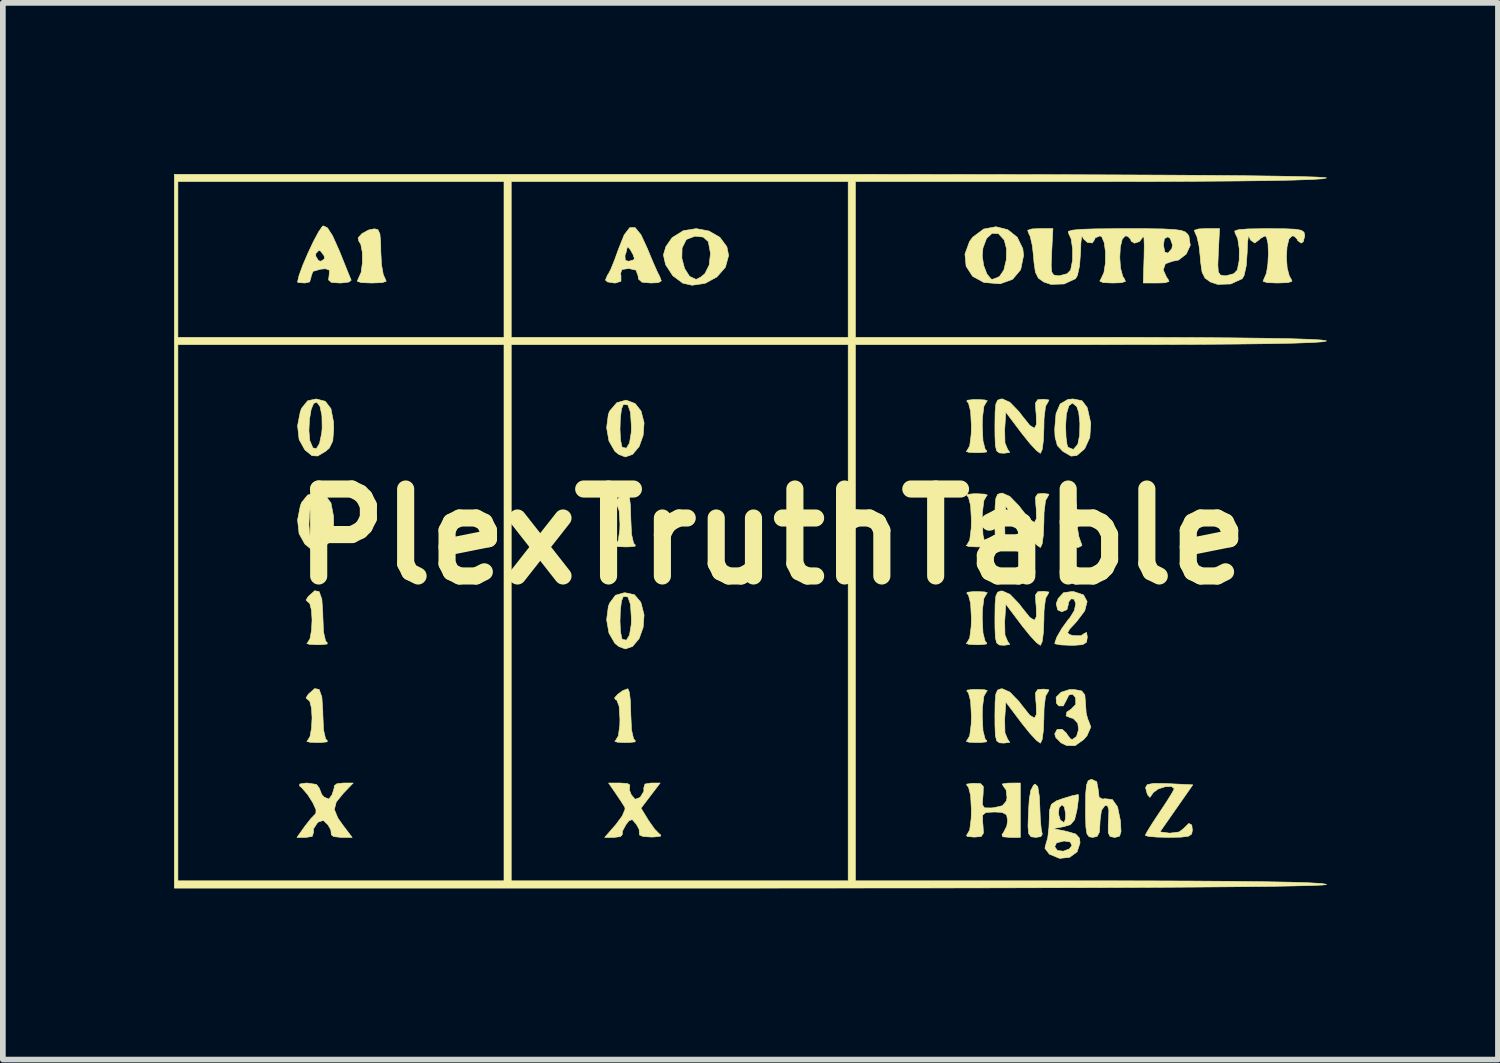
<source format=kicad_pcb>
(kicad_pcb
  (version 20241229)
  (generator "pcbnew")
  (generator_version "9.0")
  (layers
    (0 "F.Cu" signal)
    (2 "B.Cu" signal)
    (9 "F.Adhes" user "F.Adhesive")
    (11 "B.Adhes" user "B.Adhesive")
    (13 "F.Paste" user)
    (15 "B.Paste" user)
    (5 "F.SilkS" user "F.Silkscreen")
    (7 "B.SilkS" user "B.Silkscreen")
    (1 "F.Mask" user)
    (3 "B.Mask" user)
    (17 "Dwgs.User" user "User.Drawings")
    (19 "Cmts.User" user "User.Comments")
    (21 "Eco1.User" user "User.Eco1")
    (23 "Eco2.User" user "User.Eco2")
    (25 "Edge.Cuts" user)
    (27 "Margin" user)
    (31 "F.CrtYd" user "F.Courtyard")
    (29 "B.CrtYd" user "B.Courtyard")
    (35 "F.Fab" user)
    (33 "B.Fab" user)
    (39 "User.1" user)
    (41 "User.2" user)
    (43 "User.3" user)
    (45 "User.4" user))
  (footprint "PlexTruthTable"
    (layer "F.Cu")
    (at 10.482 6.355)
    (property "Reference" "PlexTruthTable" (at 0 0 0) (layer "F.SilkS") (effects (font (size 1.524 1.524) (thickness 0.3))))
    (attr through_hole)
    (fp_poly (pts (xy 5.312 -0.704) (xy 5.33 -0.556) (xy 5.334 -0.409) (xy 5.346 -0.188) (xy 5.375 -0.004) (xy 5.4 0.068) (xy 5.431 0.155) (xy 5.374 0.187) (xy 5.289 0.191) (xy 5.195 0.185) (xy 5.142 0.152) (xy 5.118 0.061) (xy 5.112 -0.115) (xy 5.112 -0.238) (xy 5.123 -0.51) (xy 5.161 -0.675) (xy 5.232 -0.75) (xy 5.286 -0.761) (xy 5.312 -0.704)) (stroke (width 0.01) (type solid)) (fill yes) (layer "F.SilkS"))
    (fp_poly (pts (xy 4.656 4.382) (xy 4.683 4.551) (xy 4.692 4.736) (xy 4.701 4.96) (xy 4.717 5.133) (xy 4.735 5.215) (xy 4.71 5.257) (xy 4.623 5.271) (xy 4.538 5.26) (xy 4.497 5.207) (xy 4.485 5.081) (xy 4.489 4.937) (xy 4.498 4.744) (xy 4.507 4.608) (xy 4.512 4.572) (xy 4.528 4.487) (xy 4.532 4.45) (xy 4.583 4.354) (xy 4.611 4.337) (xy 4.656 4.382)) (stroke (width 0.01) (type solid)) (fill yes) (layer "F.SilkS"))
    (fp_poly (pts (xy -7.938 0.964) (xy -7.891 1.098) (xy -7.874 1.352) (xy -7.874 1.392) (xy -7.862 1.672) (xy -7.826 1.829) (xy -7.795 1.863) (xy -7.799 1.882) (xy -7.904 1.894) (xy -7.969 1.895) (xy -8.107 1.888) (xy -8.156 1.871) (xy -8.144 1.863) (xy -8.099 1.789) (xy -8.072 1.641) (xy -8.063 1.46) (xy -8.073 1.289) (xy -8.103 1.171) (xy -8.136 1.143) (xy -8.169 1.112) (xy -8.128 1.048) (xy -8.016 0.948) (xy -7.938 0.964)) (stroke (width 0.01) (type solid)) (fill yes) (layer "F.SilkS"))
    (fp_poly (pts (xy -7.938 2.679) (xy -7.891 2.812) (xy -7.874 3.066) (xy -7.874 3.106) (xy -7.862 3.386) (xy -7.826 3.544) (xy -7.795 3.577) (xy -7.799 3.597) (xy -7.904 3.608) (xy -7.969 3.609) (xy -8.107 3.603) (xy -8.156 3.586) (xy -8.144 3.577) (xy -8.099 3.504) (xy -8.072 3.355) (xy -8.063 3.174) (xy -8.073 3.004) (xy -8.103 2.886) (xy -8.136 2.857) (xy -8.169 2.827) (xy -8.128 2.762) (xy -8.016 2.663) (xy -7.938 2.679)) (stroke (width 0.01) (type solid)) (fill yes) (layer "F.SilkS"))
    (fp_poly (pts (xy -6.908 -5.378) (xy -6.874 -5.306) (xy -6.86 -5.151) (xy -6.858 -4.997) (xy -6.846 -4.768) (xy -6.815 -4.593) (xy -6.782 -4.521) (xy -6.763 -4.475) (xy -6.835 -4.452) (xy -7.017 -4.445) (xy -7.017 -4.445) (xy -7.198 -4.452) (xy -7.271 -4.475) (xy -7.252 -4.521) (xy -7.252 -4.521) (xy -7.203 -4.63) (xy -7.18 -4.802) (xy -7.182 -4.985) (xy -7.21 -5.129) (xy -7.243 -5.178) (xy -7.256 -5.237) (xy -7.187 -5.312) (xy -7.073 -5.374) (xy -6.969 -5.395) (xy -6.908 -5.378)) (stroke (width 0.01) (type solid)) (fill yes) (layer "F.SilkS"))
    (fp_poly (pts (xy -2.502 -0.704) (xy -2.484 -0.551) (xy -2.477 -0.336) (xy -2.477 -0.323) (xy -2.464 -0.043) (xy -2.428 0.115) (xy -2.397 0.148) (xy -2.402 0.168) (xy -2.507 0.179) (xy -2.572 0.18) (xy -2.71 0.174) (xy -2.758 0.157) (xy -2.746 0.148) (xy -2.695 0.064) (xy -2.669 -0.127) (xy -2.667 -0.228) (xy -2.681 -0.456) (xy -2.722 -0.564) (xy -2.746 -0.574) (xy -2.761 -0.603) (xy -2.705 -0.666) (xy -2.617 -0.73) (xy -2.533 -0.762) (xy -2.528 -0.762) (xy -2.502 -0.704)) (stroke (width 0.01) (type solid)) (fill yes) (layer "F.SilkS"))
    (fp_poly (pts (xy -2.502 2.725) (xy -2.484 2.878) (xy -2.477 3.093) (xy -2.477 3.106) (xy -2.464 3.386) (xy -2.428 3.544) (xy -2.397 3.577) (xy -2.402 3.597) (xy -2.507 3.608) (xy -2.572 3.609) (xy -2.71 3.603) (xy -2.758 3.586) (xy -2.746 3.577) (xy -2.695 3.493) (xy -2.669 3.302) (xy -2.667 3.201) (xy -2.681 2.973) (xy -2.722 2.865) (xy -2.746 2.855) (xy -2.761 2.826) (xy -2.705 2.763) (xy -2.617 2.699) (xy -2.533 2.667) (xy -2.528 2.667) (xy -2.502 2.725)) (stroke (width 0.01) (type solid)) (fill yes) (layer "F.SilkS"))
    (fp_poly (pts (xy 3.726 -2.396) (xy 3.774 -2.379) (xy 3.762 -2.371) (xy 3.712 -2.285) (xy 3.686 -2.081) (xy 3.683 -1.937) (xy 3.696 -1.677) (xy 3.734 -1.531) (xy 3.762 -1.503) (xy 3.758 -1.483) (xy 3.653 -1.472) (xy 3.588 -1.471) (xy 3.45 -1.477) (xy 3.401 -1.494) (xy 3.413 -1.503) (xy 3.463 -1.589) (xy 3.489 -1.793) (xy 3.493 -1.937) (xy 3.479 -2.197) (xy 3.441 -2.343) (xy 3.413 -2.371) (xy 3.418 -2.39) (xy 3.523 -2.402) (xy 3.588 -2.403) (xy 3.726 -2.396)) (stroke (width 0.01) (type solid)) (fill yes) (layer "F.SilkS"))
    (fp_poly (pts (xy 3.726 -0.745) (xy 3.774 -0.728) (xy 3.762 -0.72) (xy 3.712 -0.634) (xy 3.686 -0.43) (xy 3.683 -0.286) (xy 3.696 -0.026) (xy 3.734 0.12) (xy 3.762 0.148) (xy 3.758 0.168) (xy 3.653 0.179) (xy 3.588 0.18) (xy 3.45 0.174) (xy 3.401 0.157) (xy 3.413 0.148) (xy 3.463 0.062) (xy 3.489 -0.142) (xy 3.493 -0.286) (xy 3.479 -0.546) (xy 3.441 -0.692) (xy 3.413 -0.72) (xy 3.418 -0.739) (xy 3.523 -0.751) (xy 3.588 -0.752) (xy 3.726 -0.745)) (stroke (width 0.01) (type solid)) (fill yes) (layer "F.SilkS"))
    (fp_poly (pts (xy 3.726 0.969) (xy 3.774 0.986) (xy 3.762 0.995) (xy 3.712 1.081) (xy 3.686 1.285) (xy 3.683 1.429) (xy 3.696 1.689) (xy 3.734 1.835) (xy 3.762 1.863) (xy 3.758 1.882) (xy 3.653 1.894) (xy 3.588 1.895) (xy 3.45 1.888) (xy 3.401 1.871) (xy 3.413 1.863) (xy 3.463 1.777) (xy 3.489 1.573) (xy 3.493 1.429) (xy 3.479 1.169) (xy 3.441 1.023) (xy 3.413 0.995) (xy 3.418 0.975) (xy 3.523 0.964) (xy 3.588 0.963) (xy 3.726 0.969)) (stroke (width 0.01) (type solid)) (fill yes) (layer "F.SilkS"))
    (fp_poly (pts (xy 3.726 2.684) (xy 3.774 2.701) (xy 3.762 2.709) (xy 3.712 2.795) (xy 3.686 2.999) (xy 3.683 3.143) (xy 3.696 3.403) (xy 3.734 3.549) (xy 3.762 3.577) (xy 3.758 3.597) (xy 3.653 3.608) (xy 3.588 3.609) (xy 3.45 3.603) (xy 3.401 3.586) (xy 3.413 3.577) (xy 3.463 3.491) (xy 3.489 3.287) (xy 3.493 3.143) (xy 3.479 2.883) (xy 3.441 2.737) (xy 3.413 2.709) (xy 3.418 2.69) (xy 3.523 2.678) (xy 3.588 2.677) (xy 3.726 2.684)) (stroke (width 0.01) (type solid)) (fill yes) (layer "F.SilkS"))
    (fp_poly (pts (xy -2.401 -2.333) (xy -2.297 -2.201) (xy -2.244 -1.995) (xy -2.26 -1.775) (xy -2.33 -1.579) (xy -2.445 -1.442) (xy -2.572 -1.397) (xy -2.684 -1.439) (xy -2.755 -1.494) (xy -2.859 -1.675) (xy -2.896 -1.884) (xy -2.666 -1.884) (xy -2.658 -1.705) (xy -2.635 -1.584) (xy -2.624 -1.565) (xy -2.553 -1.55) (xy -2.499 -1.643) (xy -2.469 -1.824) (xy -2.466 -1.927) (xy -2.482 -2.178) (xy -2.528 -2.308) (xy -2.604 -2.317) (xy -2.608 -2.315) (xy -2.64 -2.236) (xy -2.66 -2.077) (xy -2.666 -1.884) (xy -2.896 -1.884) (xy -2.9 -1.911) (xy -2.87 -2.143) (xy -2.847 -2.201) (xy -2.721 -2.348) (xy -2.559 -2.392) (xy -2.401 -2.333)) (stroke (width 0.01) (type solid)) (fill yes) (layer "F.SilkS"))
    (fp_poly (pts (xy -7.831 -2.372) (xy -7.732 -2.242) (xy -7.687 -2.009) (xy -7.684 -1.881) (xy -7.7 -1.677) (xy -7.76 -1.552) (xy -7.825 -1.496) (xy -7.964 -1.413) (xy -8.065 -1.419) (xy -8.183 -1.516) (xy -8.191 -1.524) (xy -8.29 -1.703) (xy -8.307 -1.86) (xy -8.118 -1.86) (xy -8.105 -1.695) (xy -8.102 -1.682) (xy -8.048 -1.555) (xy -7.987 -1.543) (xy -7.932 -1.633) (xy -7.894 -1.813) (xy -7.886 -1.903) (xy -7.89 -2.121) (xy -7.923 -2.279) (xy -7.978 -2.355) (xy -8.034 -2.337) (xy -8.078 -2.234) (xy -8.108 -2.058) (xy -8.118 -1.86) (xy -8.307 -1.86) (xy -8.317 -1.942) (xy -8.268 -2.193) (xy -8.245 -2.251) (xy -8.139 -2.381) (xy -7.993 -2.413) (xy -7.831 -2.372)) (stroke (width 0.01) (type solid)) (fill yes) (layer "F.SilkS"))
    (fp_poly (pts (xy -7.831 -0.721) (xy -7.732 -0.591) (xy -7.687 -0.358) (xy -7.684 -0.23) (xy -7.7 -0.026) (xy -7.76 0.099) (xy -7.825 0.155) (xy -7.964 0.238) (xy -8.065 0.232) (xy -8.183 0.135) (xy -8.191 0.127) (xy -8.29 -0.052) (xy -8.307 -0.209) (xy -8.118 -0.209) (xy -8.105 -0.044) (xy -8.102 -0.031) (xy -8.048 0.096) (xy -7.987 0.108) (xy -7.932 0.018) (xy -7.894 -0.162) (xy -7.886 -0.252) (xy -7.89 -0.47) (xy -7.923 -0.628) (xy -7.978 -0.704) (xy -8.034 -0.686) (xy -8.078 -0.583) (xy -8.108 -0.407) (xy -8.118 -0.209) (xy -8.307 -0.209) (xy -8.317 -0.291) (xy -8.268 -0.542) (xy -8.245 -0.6) (xy -8.139 -0.73) (xy -7.993 -0.762) (xy -7.831 -0.721)) (stroke (width 0.01) (type solid)) (fill yes) (layer "F.SilkS"))
    (fp_poly (pts (xy -2.413 1.018) (xy -2.309 1.14) (xy -2.297 1.164) (xy -2.244 1.371) (xy -2.26 1.59) (xy -2.33 1.786) (xy -2.445 1.924) (xy -2.572 1.968) (xy -2.684 1.927) (xy -2.755 1.871) (xy -2.859 1.691) (xy -2.896 1.481) (xy -2.666 1.481) (xy -2.658 1.661) (xy -2.635 1.781) (xy -2.624 1.8) (xy -2.553 1.815) (xy -2.499 1.723) (xy -2.469 1.541) (xy -2.466 1.439) (xy -2.482 1.188) (xy -2.528 1.057) (xy -2.604 1.048) (xy -2.608 1.05) (xy -2.64 1.129) (xy -2.66 1.289) (xy -2.666 1.481) (xy -2.896 1.481) (xy -2.9 1.455) (xy -2.87 1.223) (xy -2.847 1.164) (xy -2.746 1.028) (xy -2.597 0.985) (xy -2.572 0.984) (xy -2.413 1.018)) (stroke (width 0.01) (type solid)) (fill yes) (layer "F.SilkS"))
    (fp_poly (pts (xy -1.107 -5.356) (xy -0.917 -5.247) (xy -0.793 -5.081) (xy -0.762 -4.928) (xy -0.819 -4.721) (xy -0.968 -4.551) (xy -1.175 -4.439) (xy -1.404 -4.406) (xy -1.565 -4.442) (xy -1.741 -4.573) (xy -1.867 -4.767) (xy -1.892 -4.879) (xy -1.582 -4.879) (xy -1.534 -4.699) (xy -1.447 -4.562) (xy -1.333 -4.508) (xy -1.25 -4.549) (xy -1.179 -4.608) (xy -1.103 -4.758) (xy -1.08 -4.966) (xy -1.118 -5.17) (xy -1.207 -5.25) (xy -1.349 -5.266) (xy -1.487 -5.215) (xy -1.511 -5.194) (xy -1.578 -5.058) (xy -1.582 -4.879) (xy -1.892 -4.879) (xy -1.905 -4.938) (xy -1.861 -5.084) (xy -1.756 -5.235) (xy -1.749 -5.242) (xy -1.555 -5.363) (xy -1.33 -5.398) (xy -1.107 -5.356)) (stroke (width 0.01) (type solid)) (fill yes) (layer "F.SilkS"))
    (fp_poly (pts (xy 4.129 -5.38) (xy 4.296 -5.247) (xy 4.394 -5.046) (xy 4.407 -4.926) (xy 4.356 -4.678) (xy 4.215 -4.51) (xy 3.997 -4.431) (xy 3.719 -4.454) (xy 3.709 -4.456) (xy 3.513 -4.563) (xy 3.4 -4.739) (xy 3.383 -4.921) (xy 3.683 -4.921) (xy 3.707 -4.755) (xy 3.764 -4.604) (xy 3.835 -4.517) (xy 3.86 -4.509) (xy 3.949 -4.541) (xy 3.987 -4.562) (xy 4.061 -4.671) (xy 4.104 -4.85) (xy 4.108 -5.045) (xy 4.069 -5.198) (xy 3.966 -5.311) (xy 3.855 -5.316) (xy 3.758 -5.226) (xy 3.695 -5.059) (xy 3.683 -4.921) (xy 3.383 -4.921) (xy 3.38 -4.952) (xy 3.46 -5.172) (xy 3.516 -5.248) (xy 3.708 -5.391) (xy 3.923 -5.431) (xy 4.129 -5.38)) (stroke (width 0.01) (type solid)) (fill yes) (layer "F.SilkS"))
    (fp_poly (pts (xy 5.431 -2.382) (xy 5.518 -2.269) (xy 5.526 -2.25) (xy 5.585 -1.987) (xy 5.568 -1.737) (xy 5.481 -1.546) (xy 5.461 -1.524) (xy 5.34 -1.422) (xy 5.24 -1.411) (xy 5.104 -1.489) (xy 5.094 -1.496) (xy 4.999 -1.596) (xy 4.959 -1.747) (xy 4.953 -1.881) (xy 4.958 -1.944) (xy 5.144 -1.944) (xy 5.151 -1.747) (xy 5.17 -1.607) (xy 5.186 -1.566) (xy 5.28 -1.528) (xy 5.355 -1.614) (xy 5.359 -1.624) (xy 5.39 -1.783) (xy 5.394 -1.988) (xy 5.374 -2.177) (xy 5.34 -2.278) (xy 5.264 -2.342) (xy 5.201 -2.293) (xy 5.157 -2.147) (xy 5.144 -1.944) (xy 4.958 -1.944) (xy 4.976 -2.156) (xy 5.049 -2.326) (xy 5.183 -2.404) (xy 5.274 -2.413) (xy 5.431 -2.382)) (stroke (width 0.01) (type solid)) (fill yes) (layer "F.SilkS"))
    (fp_poly (pts (xy 6.889 4.327) (xy 6.981 4.331) (xy 7.373 4.35) (xy 6.797 5.175) (xy 6.967 5.197) (xy 7.134 5.176) (xy 7.211 5.117) (xy 7.303 5.026) (xy 7.355 5.054) (xy 7.366 5.144) (xy 7.353 5.212) (xy 7.296 5.251) (xy 7.166 5.267) (xy 6.953 5.271) (xy 6.743 5.266) (xy 6.594 5.253) (xy 6.54 5.235) (xy 6.574 5.169) (xy 6.661 5.028) (xy 6.784 4.842) (xy 6.795 4.826) (xy 6.92 4.637) (xy 7.01 4.492) (xy 7.048 4.419) (xy 7.048 4.417) (xy 7 4.378) (xy 6.888 4.383) (xy 6.764 4.423) (xy 6.679 4.487) (xy 6.675 4.493) (xy 6.622 4.57) (xy 6.586 4.532) (xy 6.569 4.49) (xy 6.545 4.398) (xy 6.576 4.346) (xy 6.684 4.325) (xy 6.889 4.327)) (stroke (width 0.01) (type solid)) (fill yes) (layer "F.SilkS"))
    (fp_poly (pts (xy 5.291 0.965) (xy 5.458 1.021) (xy 5.521 1.138) (xy 5.479 1.3) (xy 5.335 1.491) (xy 5.216 1.618) (xy 5.178 1.684) (xy 5.216 1.717) (xy 5.28 1.735) (xy 5.415 1.736) (xy 5.474 1.696) (xy 5.512 1.679) (xy 5.524 1.762) (xy 5.51 1.851) (xy 5.444 1.893) (xy 5.293 1.905) (xy 5.239 1.905) (xy 5.068 1.898) (xy 4.966 1.88) (xy 4.953 1.869) (xy 4.989 1.763) (xy 5.078 1.609) (xy 5.19 1.454) (xy 5.221 1.419) (xy 5.297 1.295) (xy 5.322 1.174) (xy 5.292 1.096) (xy 5.239 1.09) (xy 5.191 1.155) (xy 5.193 1.184) (xy 5.167 1.28) (xy 5.078 1.317) (xy 5.005 1.284) (xy 4.979 1.174) (xy 5.015 1.083) (xy 5.107 0.983) (xy 5.258 0.962) (xy 5.291 0.965)) (stroke (width 0.01) (type solid)) (fill yes) (layer "F.SilkS"))
    (fp_poly (pts (xy 5.689 4.295) (xy 5.715 4.432) (xy 5.715 4.439) (xy 5.731 4.568) (xy 5.793 4.6) (xy 5.831 4.593) (xy 5.964 4.608) (xy 6.054 4.736) (xy 6.105 4.982) (xy 6.106 5.001) (xy 6.115 5.171) (xy 6.089 5.25) (xy 6.016 5.27) (xy 6.002 5.271) (xy 5.924 5.256) (xy 5.891 5.19) (xy 5.891 5.041) (xy 5.896 4.977) (xy 5.902 4.796) (xy 5.879 4.717) (xy 5.833 4.713) (xy 5.772 4.797) (xy 5.747 4.983) (xy 5.747 5.007) (xy 5.737 5.177) (xy 5.697 5.254) (xy 5.62 5.271) (xy 5.556 5.26) (xy 5.519 5.211) (xy 5.5 5.098) (xy 5.493 4.896) (xy 5.493 4.763) (xy 5.496 4.507) (xy 5.51 4.354) (xy 5.539 4.278) (xy 5.59 4.255) (xy 5.604 4.255) (xy 5.689 4.295)) (stroke (width 0.01) (type solid)) (fill yes) (layer "F.SilkS"))
    (fp_poly (pts (xy 5.427 2.705) (xy 5.481 2.774) (xy 5.493 2.927) (xy 5.493 2.931) (xy 5.505 3.097) (xy 5.534 3.204) (xy 5.54 3.212) (xy 5.586 3.336) (xy 5.518 3.491) (xy 5.461 3.556) (xy 5.31 3.664) (xy 5.161 3.661) (xy 5.064 3.614) (xy 4.972 3.52) (xy 4.953 3.458) (xy 4.995 3.379) (xy 5.082 3.376) (xy 5.16 3.446) (xy 5.166 3.461) (xy 5.23 3.545) (xy 5.262 3.556) (xy 5.335 3.503) (xy 5.371 3.383) (xy 5.357 3.27) (xy 5.277 3.186) (xy 5.232 3.175) (xy 5.152 3.142) (xy 5.166 3.073) (xy 5.239 3.025) (xy 5.322 2.94) (xy 5.32 2.823) (xy 5.266 2.76) (xy 5.2 2.777) (xy 5.164 2.851) (xy 5.103 2.967) (xy 5.025 2.967) (xy 4.983 2.918) (xy 4.977 2.815) (xy 5.065 2.727) (xy 5.213 2.68) (xy 5.297 2.68) (xy 5.427 2.705)) (stroke (width 0.01) (type solid)) (fill yes) (layer "F.SilkS"))
    (fp_poly (pts (xy -7.793 -5.412) (xy -7.704 -5.274) (xy -7.591 -5.022) (xy -7.583 -5.004) (xy -7.493 -4.779) (xy -7.421 -4.601) (xy -7.38 -4.502) (xy -7.377 -4.494) (xy -7.417 -4.462) (xy -7.545 -4.446) (xy -7.577 -4.445) (xy -7.723 -4.455) (xy -7.774 -4.499) (xy -7.764 -4.577) (xy -7.757 -4.669) (xy -7.825 -4.695) (xy -7.913 -4.688) (xy -8.047 -4.649) (xy -8.079 -4.565) (xy -8.078 -4.556) (xy -8.105 -4.464) (xy -8.189 -4.445) (xy -8.293 -4.452) (xy -8.318 -4.461) (xy -8.291 -4.577) (xy -8.225 -4.758) (xy -8.155 -4.921) (xy -8.001 -4.921) (xy -7.951 -4.837) (xy -7.908 -4.826) (xy -7.844 -4.868) (xy -7.851 -4.921) (xy -7.913 -5.005) (xy -7.944 -5.016) (xy -7.995 -4.965) (xy -8.001 -4.921) (xy -8.155 -4.921) (xy -8.135 -4.968) (xy -8.038 -5.174) (xy -7.948 -5.342) (xy -7.882 -5.437) (xy -7.867 -5.447) (xy -7.793 -5.412)) (stroke (width 0.01) (type solid)) (fill yes) (layer "F.SilkS"))
    (fp_poly (pts (xy 4.167 -2.355) (xy 4.327 -2.19) (xy 4.383 -2.116) (xy 4.516 -1.95) (xy 4.598 -1.9) (xy 4.633 -1.967) (xy 4.628 -2.152) (xy 4.623 -2.194) (xy 4.615 -2.341) (xy 4.655 -2.4) (xy 4.759 -2.408) (xy 4.851 -2.395) (xy 4.842 -2.371) (xy 4.792 -2.284) (xy 4.766 -2.073) (xy 4.763 -1.9) (xy 4.754 -1.682) (xy 4.733 -1.525) (xy 4.703 -1.461) (xy 4.701 -1.46) (xy 4.635 -1.508) (xy 4.519 -1.632) (xy 4.378 -1.808) (xy 4.368 -1.821) (xy 4.096 -2.182) (xy 4.076 -1.875) (xy 4.081 -1.641) (xy 4.132 -1.521) (xy 4.139 -1.515) (xy 4.165 -1.475) (xy 4.068 -1.462) (xy 4.064 -1.461) (xy 3.983 -1.467) (xy 3.936 -1.502) (xy 3.913 -1.594) (xy 3.906 -1.769) (xy 3.905 -1.937) (xy 3.908 -2.18) (xy 3.921 -2.322) (xy 3.952 -2.391) (xy 4.009 -2.412) (xy 4.037 -2.413) (xy 4.167 -2.355)) (stroke (width 0.01) (type solid)) (fill yes) (layer "F.SilkS"))
    (fp_poly (pts (xy 4.167 -0.704) (xy 4.327 -0.539) (xy 4.383 -0.465) (xy 4.516 -0.299) (xy 4.598 -0.249) (xy 4.633 -0.316) (xy 4.628 -0.501) (xy 4.623 -0.543) (xy 4.615 -0.69) (xy 4.655 -0.749) (xy 4.759 -0.757) (xy 4.851 -0.744) (xy 4.842 -0.72) (xy 4.792 -0.633) (xy 4.766 -0.422) (xy 4.763 -0.249) (xy 4.754 -0.031) (xy 4.733 0.126) (xy 4.703 0.19) (xy 4.701 0.191) (xy 4.635 0.143) (xy 4.519 0.019) (xy 4.378 -0.157) (xy 4.368 -0.17) (xy 4.096 -0.531) (xy 4.076 -0.224) (xy 4.081 0.01) (xy 4.132 0.13) (xy 4.139 0.136) (xy 4.165 0.176) (xy 4.068 0.189) (xy 4.064 0.19) (xy 3.983 0.184) (xy 3.936 0.149) (xy 3.913 0.057) (xy 3.906 -0.118) (xy 3.905 -0.286) (xy 3.908 -0.529) (xy 3.921 -0.671) (xy 3.952 -0.74) (xy 4.009 -0.761) (xy 4.037 -0.762) (xy 4.167 -0.704)) (stroke (width 0.01) (type solid)) (fill yes) (layer "F.SilkS"))
    (fp_poly (pts (xy 4.167 1.01) (xy 4.327 1.176) (xy 4.383 1.25) (xy 4.516 1.415) (xy 4.598 1.466) (xy 4.633 1.399) (xy 4.628 1.213) (xy 4.623 1.171) (xy 4.615 1.024) (xy 4.655 0.966) (xy 4.759 0.958) (xy 4.851 0.971) (xy 4.842 0.995) (xy 4.792 1.082) (xy 4.766 1.293) (xy 4.763 1.466) (xy 4.754 1.683) (xy 4.733 1.841) (xy 4.703 1.905) (xy 4.701 1.905) (xy 4.635 1.858) (xy 4.519 1.733) (xy 4.378 1.558) (xy 4.368 1.544) (xy 4.096 1.183) (xy 4.076 1.49) (xy 4.081 1.724) (xy 4.132 1.844) (xy 4.139 1.85) (xy 4.165 1.89) (xy 4.068 1.904) (xy 4.064 1.904) (xy 3.983 1.899) (xy 3.936 1.863) (xy 3.913 1.772) (xy 3.906 1.597) (xy 3.905 1.429) (xy 3.908 1.186) (xy 3.921 1.043) (xy 3.952 0.974) (xy 4.009 0.953) (xy 4.037 0.953) (xy 4.167 1.01)) (stroke (width 0.01) (type solid)) (fill yes) (layer "F.SilkS"))
    (fp_poly (pts (xy 4.167 2.725) (xy 4.327 2.89) (xy 4.383 2.964) (xy 4.516 3.13) (xy 4.598 3.18) (xy 4.633 3.113) (xy 4.628 2.928) (xy 4.623 2.886) (xy 4.615 2.739) (xy 4.655 2.68) (xy 4.759 2.672) (xy 4.851 2.685) (xy 4.842 2.709) (xy 4.792 2.796) (xy 4.766 3.007) (xy 4.763 3.18) (xy 4.754 3.398) (xy 4.733 3.555) (xy 4.703 3.619) (xy 4.701 3.619) (xy 4.635 3.572) (xy 4.519 3.448) (xy 4.378 3.272) (xy 4.368 3.259) (xy 4.096 2.898) (xy 4.076 3.205) (xy 4.081 3.439) (xy 4.132 3.559) (xy 4.139 3.565) (xy 4.165 3.605) (xy 4.068 3.618) (xy 4.064 3.619) (xy 3.983 3.613) (xy 3.936 3.578) (xy 3.913 3.486) (xy 3.906 3.311) (xy 3.905 3.143) (xy 3.908 2.9) (xy 3.921 2.758) (xy 3.952 2.689) (xy 4.009 2.668) (xy 4.037 2.667) (xy 4.167 2.725)) (stroke (width 0.01) (type solid)) (fill yes) (layer "F.SilkS"))
    (fp_poly (pts (xy -7.513 4.496) (xy -7.639 4.651) (xy -7.672 4.783) (xy -7.611 4.932) (xy -7.522 5.058) (xy -7.36 5.271) (xy -7.557 5.271) (xy -7.684 5.257) (xy -7.726 5.225) (xy -7.725 5.222) (xy -7.734 5.14) (xy -7.782 5.054) (xy -7.864 4.974) (xy -7.947 4.999) (xy -7.97 5.017) (xy -8.038 5.122) (xy -8.038 5.185) (xy -8.059 5.253) (xy -8.166 5.271) (xy -8.327 5.271) (xy -8.193 5.082) (xy -8.087 4.946) (xy -8.005 4.861) (xy -7.997 4.855) (xy -7.993 4.788) (xy -8.049 4.664) (xy -8.139 4.522) (xy -8.242 4.402) (xy -8.284 4.367) (xy -8.276 4.335) (xy -8.17 4.319) (xy -8.144 4.319) (xy -7.986 4.343) (xy -7.938 4.405) (xy -7.893 4.519) (xy -7.85 4.566) (xy -7.768 4.599) (xy -7.713 4.526) (xy -7.676 4.409) (xy -7.673 4.366) (xy -7.627 4.331) (xy -7.513 4.318) (xy -7.342 4.318) (xy -7.513 4.496)) (stroke (width 0.01) (type solid)) (fill yes) (layer "F.SilkS"))
    (fp_poly (pts (xy -2.533 4.328) (xy -2.492 4.354) (xy -2.495 4.358) (xy -2.501 4.439) (xy -2.47 4.521) (xy -2.402 4.603) (xy -2.322 4.575) (xy -2.31 4.566) (xy -2.247 4.462) (xy -2.249 4.403) (xy -2.228 4.336) (xy -2.122 4.318) (xy -1.962 4.318) (xy -2.298 4.759) (xy -2.163 4.979) (xy -2.059 5.126) (xy -1.968 5.219) (xy -1.95 5.229) (xy -1.955 5.25) (xy -2.06 5.263) (xy -2.115 5.265) (xy -2.26 5.256) (xy -2.325 5.228) (xy -2.324 5.216) (xy -2.331 5.129) (xy -2.379 5.042) (xy -2.451 4.959) (xy -2.507 4.977) (xy -2.562 5.048) (xy -2.623 5.161) (xy -2.626 5.222) (xy -2.657 5.257) (xy -2.765 5.271) (xy -2.934 5.271) (xy -2.736 5.044) (xy -2.626 4.895) (xy -2.577 4.777) (xy -2.581 4.743) (xy -2.646 4.64) (xy -2.743 4.496) (xy -2.745 4.493) (xy -2.866 4.318) (xy -2.661 4.318) (xy -2.533 4.328)) (stroke (width 0.01) (type solid)) (fill yes) (layer "F.SilkS"))
    (fp_poly (pts (xy -2.298 -5.29) (xy -2.186 -5.048) (xy -2.096 -4.831) (xy -2.016 -4.649) (xy -1.969 -4.556) (xy -1.942 -4.482) (xy -1.994 -4.451) (xy -2.127 -4.445) (xy -2.28 -4.459) (xy -2.342 -4.514) (xy -2.349 -4.572) (xy -2.385 -4.67) (xy -2.509 -4.699) (xy -2.516 -4.699) (xy -2.634 -4.681) (xy -2.656 -4.609) (xy -2.649 -4.572) (xy -2.649 -4.476) (xy -2.74 -4.446) (xy -2.768 -4.445) (xy -2.885 -4.464) (xy -2.921 -4.498) (xy -2.882 -4.589) (xy -2.873 -4.598) (xy -2.83 -4.678) (xy -2.763 -4.843) (xy -2.733 -4.926) (xy -2.579 -4.926) (xy -2.573 -4.842) (xy -2.515 -4.826) (xy -2.427 -4.85) (xy -2.414 -4.874) (xy -2.438 -4.946) (xy -2.486 -5.031) (xy -2.529 -5.079) (xy -2.539 -5.069) (xy -2.56 -4.979) (xy -2.579 -4.926) (xy -2.733 -4.926) (xy -2.693 -5.037) (xy -2.592 -5.289) (xy -2.496 -5.415) (xy -2.401 -5.416) (xy -2.298 -5.29)) (stroke (width 0.01) (type solid)) (fill yes) (layer "F.SilkS"))
    (fp_poly (pts (xy 4.35 5.271) (xy 4.162 5.271) (xy 4.041 5.26) (xy 4.029 5.221) (xy 4.051 5.194) (xy 4.113 5.073) (xy 4.128 4.972) (xy 4.109 4.874) (xy 4.03 4.833) (xy 3.898 4.826) (xy 3.747 4.834) (xy 3.689 4.881) (xy 3.69 5.005) (xy 3.695 5.048) (xy 3.704 5.196) (xy 3.664 5.256) (xy 3.546 5.266) (xy 3.527 5.265) (xy 3.418 5.254) (xy 3.407 5.231) (xy 3.413 5.228) (xy 3.463 5.142) (xy 3.489 4.938) (xy 3.493 4.794) (xy 3.479 4.534) (xy 3.441 4.388) (xy 3.413 4.36) (xy 3.411 4.337) (xy 3.51 4.324) (xy 3.527 4.323) (xy 3.655 4.329) (xy 3.702 4.381) (xy 3.698 4.515) (xy 3.695 4.545) (xy 3.684 4.695) (xy 3.721 4.753) (xy 3.838 4.755) (xy 3.882 4.751) (xy 4.037 4.716) (xy 4.105 4.633) (xy 4.117 4.579) (xy 4.102 4.441) (xy 4.054 4.374) (xy 4.034 4.335) (xy 4.136 4.319) (xy 4.159 4.319) (xy 4.35 4.318) (xy 4.35 5.271)) (stroke (width 0.01) (type solid)) (fill yes) (layer "F.SilkS"))
    (fp_poly (pts (xy 5.368 4.523) (xy 5.369 4.59) (xy 5.351 4.737) (xy 5.342 4.794) (xy 5.301 4.963) (xy 5.229 5.047) (xy 5.111 5.083) (xy 4.921 5.118) (xy 5.159 5.165) (xy 5.32 5.212) (xy 5.387 5.284) (xy 5.397 5.366) (xy 5.345 5.525) (xy 5.213 5.621) (xy 5.039 5.639) (xy 4.861 5.566) (xy 4.86 5.566) (xy 4.781 5.462) (xy 4.788 5.434) (xy 4.953 5.434) (xy 5 5.501) (xy 5.104 5.513) (xy 5.209 5.473) (xy 5.255 5.413) (xy 5.224 5.351) (xy 5.117 5.334) (xy 4.984 5.367) (xy 4.953 5.434) (xy 4.788 5.434) (xy 4.798 5.391) (xy 4.831 5.278) (xy 4.852 5.092) (xy 4.856 4.985) (xy 4.86 4.858) (xy 5.018 4.858) (xy 5.048 4.96) (xy 5.059 4.974) (xy 5.117 5.012) (xy 5.14 4.953) (xy 5.144 4.858) (xy 5.122 4.738) (xy 5.08 4.699) (xy 5.03 4.75) (xy 5.018 4.858) (xy 4.86 4.858) (xy 4.862 4.795) (xy 4.895 4.691) (xy 4.982 4.631) (xy 5.105 4.587) (xy 5.262 4.54) (xy 5.358 4.521) (xy 5.368 4.523)) (stroke (width 0.01) (type solid)) (fill yes) (layer "F.SilkS"))
    (fp_poly (pts (xy 7.821 -4.985) (xy 7.812 -4.763) (xy 7.82 -4.64) (xy 7.855 -4.586) (xy 7.926 -4.572) (xy 7.957 -4.572) (xy 8.092 -4.608) (xy 8.153 -4.672) (xy 8.186 -4.839) (xy 8.188 -5.04) (xy 8.161 -5.221) (xy 8.115 -5.321) (xy 8.107 -5.357) (xy 8.177 -5.38) (xy 8.34 -5.393) (xy 8.611 -5.397) (xy 8.687 -5.397) (xy 8.979 -5.396) (xy 9.167 -5.388) (xy 9.274 -5.369) (xy 9.322 -5.335) (xy 9.334 -5.281) (xy 9.335 -5.271) (xy 9.308 -5.167) (xy 9.271 -5.144) (xy 9.209 -5.192) (xy 9.207 -5.207) (xy 9.156 -5.263) (xy 9.112 -5.271) (xy 9.058 -5.215) (xy 9.024 -5.075) (xy 9.014 -4.893) (xy 9.027 -4.709) (xy 9.065 -4.565) (xy 9.093 -4.521) (xy 9.112 -4.475) (xy 9.04 -4.452) (xy 8.858 -4.445) (xy 8.858 -4.445) (xy 8.677 -4.452) (xy 8.604 -4.475) (xy 8.623 -4.521) (xy 8.623 -4.521) (xy 8.664 -4.616) (xy 8.689 -4.778) (xy 8.698 -4.965) (xy 8.691 -5.136) (xy 8.665 -5.248) (xy 8.64 -5.271) (xy 8.554 -5.224) (xy 8.541 -5.207) (xy 8.458 -5.146) (xy 8.383 -5.2) (xy 8.362 -5.255) (xy 8.346 -5.257) (xy 8.333 -5.154) (xy 8.326 -4.977) (xy 8.309 -4.745) (xy 8.272 -4.578) (xy 8.239 -4.521) (xy 8.038 -4.428) (xy 7.808 -4.421) (xy 7.684 -4.462) (xy 7.588 -4.53) (xy 7.536 -4.633) (xy 7.51 -4.813) (xy 7.505 -4.889) (xy 7.482 -5.098) (xy 7.445 -5.26) (xy 7.418 -5.316) (xy 7.4 -5.369) (xy 7.476 -5.393) (xy 7.596 -5.398) (xy 7.842 -5.398) (xy 7.821 -4.985)) (stroke (width 0.01) (type solid)) (fill yes) (layer "F.SilkS"))
    (fp_poly (pts (xy 1.139 -6.35) (xy 2.537 -6.348) (xy 3.811 -6.346) (xy 4.963 -6.344) (xy 5.99 -6.34) (xy 6.893 -6.336) (xy 7.672 -6.331) (xy 8.326 -6.325) (xy 8.855 -6.318) (xy 9.258 -6.31) (xy 9.535 -6.302) (xy 9.685 -6.293) (xy 9.716 -6.287) (xy 9.652 -6.272) (xy 9.463 -6.26) (xy 9.15 -6.249) (xy 8.714 -6.24) (xy 8.157 -6.233) (xy 7.48 -6.228) (xy 6.684 -6.224) (xy 5.77 -6.223) (xy 5.588 -6.223) (xy 1.46 -6.223) (xy 1.46 -3.493) (xy 5.588 -3.493) (xy 6.523 -3.492) (xy 7.341 -3.489) (xy 8.04 -3.484) (xy 8.62 -3.477) (xy 9.079 -3.469) (xy 9.415 -3.458) (xy 9.627 -3.446) (xy 9.713 -3.432) (xy 9.716 -3.429) (xy 9.652 -3.415) (xy 9.463 -3.402) (xy 9.15 -3.391) (xy 8.714 -3.382) (xy 8.157 -3.375) (xy 7.48 -3.37) (xy 6.684 -3.367) (xy 5.77 -3.366) (xy 5.588 -3.365) (xy 1.46 -3.365) (xy 1.46 6.032) (xy 5.588 6.032) (xy 6.523 6.033) (xy 7.341 6.036) (xy 8.04 6.041) (xy 8.62 6.048) (xy 9.079 6.056) (xy 9.415 6.067) (xy 9.627 6.079) (xy 9.713 6.093) (xy 9.716 6.096) (xy 9.652 6.106) (xy 9.462 6.114) (xy 9.146 6.122) (xy 8.703 6.13) (xy 8.136 6.136) (xy 7.443 6.142) (xy 6.625 6.147) (xy 5.683 6.151) (xy 4.617 6.154) (xy 3.428 6.157) (xy 2.115 6.158) (xy 0.679 6.159) (xy -0.381 6.16) (xy -10.477 6.16) (xy -10.477 -3.365) (xy -10.414 -3.365) (xy -10.414 6.032) (xy -4.699 6.032) (xy -4.699 -3.365) (xy -4.572 -3.365) (xy -4.572 6.032) (xy 1.333 6.032) (xy 1.333 -3.365) (xy -4.572 -3.365) (xy -4.699 -3.365) (xy -10.414 -3.365) (xy -10.477 -3.365) (xy -10.477 -6.223) (xy -10.414 -6.223) (xy -10.414 -3.493) (xy -4.699 -3.493) (xy -4.699 -6.223) (xy -4.572 -6.223) (xy -4.572 -3.493) (xy 1.333 -3.493) (xy 1.333 -6.223) (xy -4.572 -6.223) (xy -4.699 -6.223) (xy -10.414 -6.223) (xy -10.477 -6.223) (xy -10.477 -6.35) (xy -0.381 -6.35) (xy 1.139 -6.35)) (stroke (width 0.01) (type solid)) (fill yes) (layer "F.SilkS"))
    (fp_poly (pts (xy 4.9 -4.985) (xy 4.891 -4.763) (xy 4.899 -4.64) (xy 4.934 -4.586) (xy 5.005 -4.572) (xy 5.036 -4.572) (xy 5.171 -4.608) (xy 5.232 -4.672) (xy 5.265 -4.839) (xy 5.267 -5.04) (xy 5.24 -5.221) (xy 5.194 -5.321) (xy 5.192 -5.35) (xy 5.261 -5.371) (xy 5.414 -5.386) (xy 5.664 -5.394) (xy 6.024 -5.397) (xy 6.176 -5.397) (xy 6.566 -5.397) (xy 6.849 -5.393) (xy 7.042 -5.383) (xy 7.167 -5.367) (xy 7.241 -5.34) (xy 7.283 -5.301) (xy 7.305 -5.266) (xy 7.329 -5.106) (xy 7.258 -4.952) (xy 7.122 -4.847) (xy 7.015 -4.826) (xy 6.892 -4.782) (xy 6.855 -4.674) (xy 6.915 -4.542) (xy 6.934 -4.521) (xy 6.957 -4.472) (xy 6.883 -4.449) (xy 6.757 -4.445) (xy 6.505 -4.445) (xy 6.519 -4.905) (xy 6.522 -5.11) (xy 6.522 -5.112) (xy 6.858 -5.112) (xy 6.882 -4.988) (xy 6.937 -4.969) (xy 7.005 -5.046) (xy 7.017 -5.112) (xy 6.979 -5.223) (xy 6.937 -5.255) (xy 6.876 -5.223) (xy 6.858 -5.112) (xy 6.522 -5.112) (xy 6.517 -5.237) (xy 6.504 -5.264) (xy 6.501 -5.255) (xy 6.439 -5.172) (xy 6.351 -5.143) (xy 6.291 -5.18) (xy 6.287 -5.207) (xy 6.235 -5.263) (xy 6.191 -5.271) (xy 6.137 -5.215) (xy 6.103 -5.075) (xy 6.093 -4.893) (xy 6.106 -4.709) (xy 6.144 -4.565) (xy 6.172 -4.521) (xy 6.193 -4.473) (xy 6.12 -4.45) (xy 5.969 -4.445) (xy 5.801 -4.452) (xy 5.742 -4.479) (xy 5.766 -4.521) (xy 5.816 -4.629) (xy 5.842 -4.798) (xy 5.843 -4.986) (xy 5.821 -5.152) (xy 5.777 -5.255) (xy 5.747 -5.271) (xy 5.662 -5.236) (xy 5.652 -5.207) (xy 5.612 -5.147) (xy 5.528 -5.156) (xy 5.454 -5.222) (xy 5.441 -5.255) (xy 5.425 -5.257) (xy 5.412 -5.154) (xy 5.405 -4.977) (xy 5.388 -4.745) (xy 5.351 -4.578) (xy 5.318 -4.521) (xy 5.117 -4.428) (xy 4.887 -4.421) (xy 4.763 -4.462) (xy 4.667 -4.53) (xy 4.615 -4.633) (xy 4.589 -4.813) (xy 4.584 -4.889) (xy 4.561 -5.098) (xy 4.524 -5.26) (xy 4.497 -5.316) (xy 4.479 -5.369) (xy 4.555 -5.393) (xy 4.675 -5.398) (xy 4.921 -5.398) (xy 4.9 -4.985)) (stroke (width 0.01) (type solid)) (fill yes) (layer "F.SilkS")))
  (gr_rect
    (start -3 -3)
    (end 23.203 15.52)
    (stroke (width 0.1) (type default))
    (fill no)
    (layer "Edge.Cuts")))
</source>
